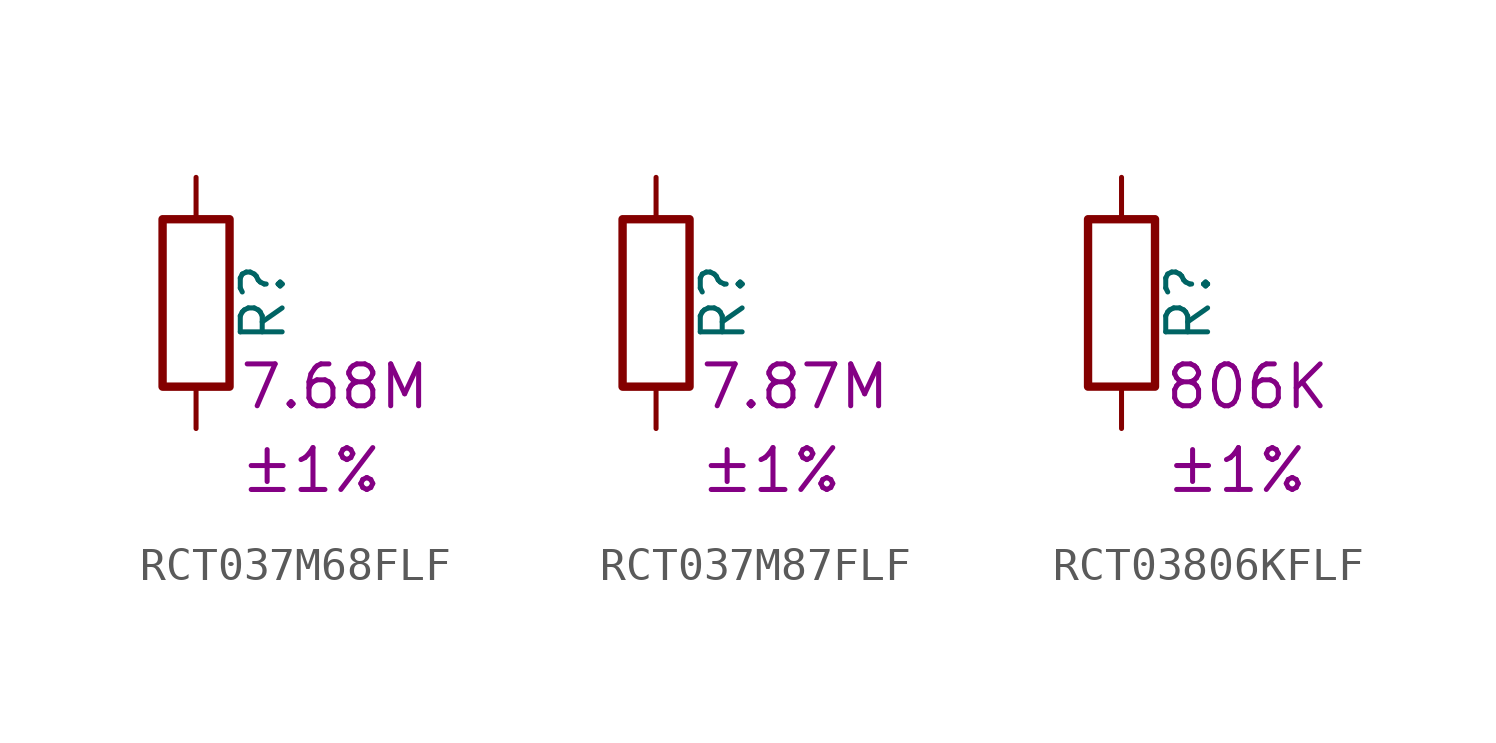
<source format=kicad_sym>
(kicad_symbol_lib
  (version 20220914)
  (generator kicad_symbol_editor)
  (symbol "RCT037M68FLF"
    (pin_numbers hide)
    (pin_names
      (offset 0))
    (property "Reference" "R"
      (at 2.032 0 90)
      (effects (font (size 1.27 1.27))))
    (property "Resistance" "7.68M"
      (at 1.27 -2.54 0)
      (effects (font (size 1.27 1.27)) (justify left)))
    (property "Tolerance" "±1%"
      (at 1.27 -5.08 0)
      (effects (font (size 1.27 1.27)) (justify left)))
    (symbol "RCT037M68FLF_0_1"
      (rectangle (start -1.016 -2.54) (end 1.016 2.54) (stroke (width 0.254) (type default)) (fill (type none))))
    (symbol "RCT037M68FLF_1_1"
      (pin passive line (at 0 3.81 270) (length 1.27) (name "~" (effects (font (size 1.27 1.27)))) (number "1" (effects (font (size 1.27 1.27)))))
      (pin passive line (at 0 -3.81 90) (length 1.27) (name "~" (effects (font (size 1.27 1.27)))) (number "2" (effects (font (size 1.27 1.27)))))))
  (symbol "RCT037M87FLF"
    (pin_numbers hide)
    (pin_names
      (offset 0))
    (property "Reference" "R"
      (at 2.032 0 90)
      (effects (font (size 1.27 1.27))))
    (property "Resistance" "7.87M"
      (at 1.27 -2.54 0)
      (effects (font (size 1.27 1.27)) (justify left)))
    (property "Tolerance" "±1%"
      (at 1.27 -5.08 0)
      (effects (font (size 1.27 1.27)) (justify left)))
    (symbol "RCT037M87FLF_0_1"
      (rectangle (start -1.016 -2.54) (end 1.016 2.54) (stroke (width 0.254) (type default)) (fill (type none))))
    (symbol "RCT037M87FLF_1_1"
      (pin passive line (at 0 3.81 270) (length 1.27) (name "~" (effects (font (size 1.27 1.27)))) (number "1" (effects (font (size 1.27 1.27)))))
      (pin passive line (at 0 -3.81 90) (length 1.27) (name "~" (effects (font (size 1.27 1.27)))) (number "2" (effects (font (size 1.27 1.27)))))))
  (symbol "RCT03806KFLF"
    (pin_numbers hide)
    (pin_names
      (offset 0))
    (property "Reference" "R"
      (at 2.032 0 90)
      (effects (font (size 1.27 1.27))))
    (property "Resistance" "806K"
      (at 1.27 -2.54 0)
      (effects (font (size 1.27 1.27)) (justify left)))
    (property "Tolerance" "±1%"
      (at 1.27 -5.08 0)
      (effects (font (size 1.27 1.27)) (justify left)))
    (symbol "RCT03806KFLF_0_1"
      (rectangle (start -1.016 -2.54) (end 1.016 2.54) (stroke (width 0.254) (type default)) (fill (type none))))
    (symbol "RCT03806KFLF_1_1"
      (pin passive line (at 0 3.81 270) (length 1.27) (name "~" (effects (font (size 1.27 1.27)))) (number "1" (effects (font (size 1.27 1.27)))))
      (pin passive line (at 0 -3.81 90) (length 1.27) (name "~" (effects (font (size 1.27 1.27)))) (number "2" (effects (font (size 1.27 1.27))))))))
</source>
